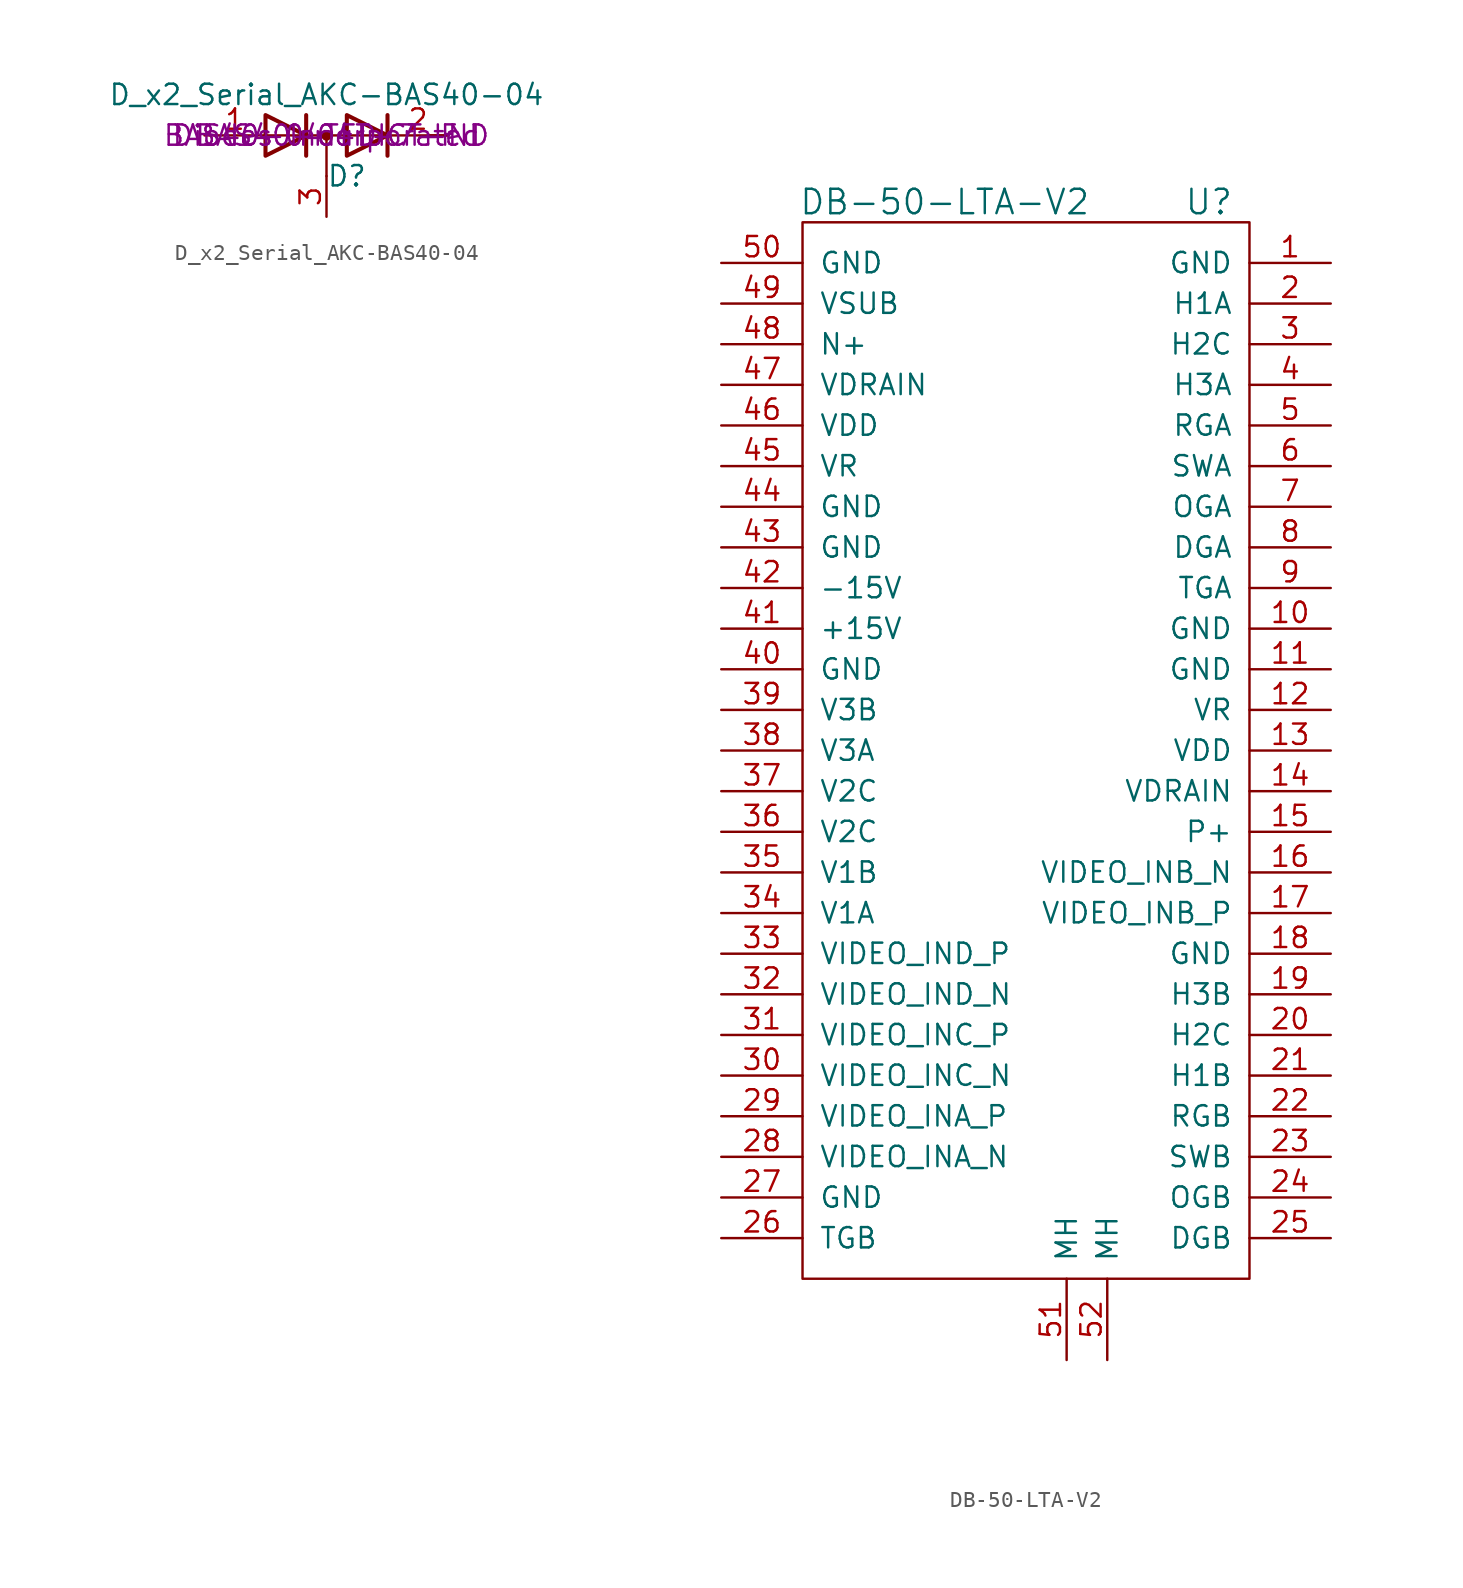
<source format=kicad_sym>
(kicad_symbol_lib
  (version 20211014)
  (generator kicad_symbol_editor)
  (symbol "D_x2_Serial_AKC-BAS40-04"
    (pin_names
      (offset 0.762) hide)
    (property "Reference" "D"
      (at 1.27 -2.54 0)
      (effects (font (size 1.27 1.27))))
    (property "Value" "D_x2_Serial_AKC-BAS40-04"
      (at 0 2.54 0)
      (effects (font (size 1.27 1.27))))
    (property "Digikey" "BAS40-04TFDICT-ND"
      (at 0 0 0)
      (effects (font (size 1.27 1.27))))
    (property "Manufacturer#" "BAS40-04T-7-F"
      (at 0 0 0)
      (effects (font (size 1.27 1.27))))
    (property "Manufacturer" "Diodes Incorporated"
      (at 0 0 0)
      (effects (font (size 1.27 1.27))))
    (symbol "D_x2_Serial_AKC-BAS40-04_0_1"
      (polyline (pts (xy -3.81 0) (xy 3.81 0)) (stroke (width 0) (type default) (color 0 0 0 0)) (fill (type none)))
      (polyline (pts (xy 0 0) (xy 0 -2.54)) (stroke (width 0) (type default) (color 0 0 0 0)) (fill (type none)))
      (polyline (pts (xy 6.35 0) (xy 7.62 0)) (stroke (width 0) (type default) (color 0 0 0 0)) (fill (type none)))
      (polyline (pts (xy -1.27 -1.27) (xy -1.27 1.27) (xy -1.27 1.27)) (stroke (width 0.254) (type default) (color 0 0 0 0)) (fill (type none)))
      (polyline (pts (xy 3.81 1.27) (xy 3.81 -1.27) (xy 3.81 -1.27)) (stroke (width 0.254) (type default) (color 0 0 0 0)) (fill (type none)))
      (polyline (pts (xy -3.81 1.27) (xy -1.27 0) (xy -3.81 -1.27) (xy -3.81 1.27) (xy -3.81 1.27) (xy -3.81 1.27)) (stroke (width 0.254) (type default) (color 0 0 0 0)) (fill (type none)))
      (polyline (pts (xy 1.27 1.27) (xy 3.81 0) (xy 1.27 -1.27) (xy 1.27 1.27) (xy 1.27 1.27) (xy 1.27 1.27)) (stroke (width 0.254) (type default) (color 0 0 0 0)) (fill (type none)))
      (circle (center 0 0) (radius 0.254) (stroke (width 0) (type default) (color 0 0 0 0)) (fill (type outline)))
      (pin passive line (at -7.62 0 0) (length 3.81) (name "A" (effects (font (size 1.27 1.27)))) (number "1" (effects (font (size 1.27 1.27)))))
      (pin passive line (at 7.62 0 180) (length 3.81) (name "K" (effects (font (size 1.27 1.27)))) (number "2" (effects (font (size 1.27 1.27)))))
      (pin passive line (at 0 -5.08 90) (length 2.54) (name "common" (effects (font (size 1.27 1.27)))) (number "3" (effects (font (size 1.27 1.27)))))))
  (symbol "DB-50-LTA-V2"
    (pin_names
      (offset 1.016))
    (property "Reference" "U"
      (at 11.43 31.75 0)
      (effects (font (size 1.524 1.524))))
    (property "Value" "DB-50-LTA-V2"
      (at -5.08 31.75 0)
      (effects (font (size 1.524 1.524))))
    (symbol "DB-50-LTA-V2_0_1"
      (rectangle (start -13.97 30.48) (end 13.97 -35.56) (stroke (width 0) (type default) (color 0 0 0 0)) (fill (type none))))
    (symbol "DB-50-LTA-V2_1_1"
      (pin bidirectional line (at 19.05 27.94 180) (length 5.08) (name "GND" (effects (font (size 1.27 1.27)))) (number "1" (effects (font (size 1.27 1.27)))))
      (pin bidirectional line (at 19.05 5.08 180) (length 5.08) (name "GND" (effects (font (size 1.27 1.27)))) (number "10" (effects (font (size 1.27 1.27)))))
      (pin bidirectional line (at 19.05 2.54 180) (length 5.08) (name "GND" (effects (font (size 1.27 1.27)))) (number "11" (effects (font (size 1.27 1.27)))))
      (pin bidirectional line (at 19.05 0 180) (length 5.08) (name "VR" (effects (font (size 1.27 1.27)))) (number "12" (effects (font (size 1.27 1.27)))))
      (pin bidirectional line (at 19.05 -2.54 180) (length 5.08) (name "VDD" (effects (font (size 1.27 1.27)))) (number "13" (effects (font (size 1.27 1.27)))))
      (pin bidirectional line (at 19.05 -5.08 180) (length 5.08) (name "VDRAIN" (effects (font (size 1.27 1.27)))) (number "14" (effects (font (size 1.27 1.27)))))
      (pin bidirectional line (at 19.05 -7.62 180) (length 5.08) (name "P+" (effects (font (size 1.27 1.27)))) (number "15" (effects (font (size 1.27 1.27)))))
      (pin bidirectional line (at 19.05 -10.16 180) (length 5.08) (name "VIDEO_INB_N" (effects (font (size 1.27 1.27)))) (number "16" (effects (font (size 1.27 1.27)))))
      (pin bidirectional line (at 19.05 -12.7 180) (length 5.08) (name "VIDEO_INB_P" (effects (font (size 1.27 1.27)))) (number "17" (effects (font (size 1.27 1.27)))))
      (pin bidirectional line (at 19.05 -15.24 180) (length 5.08) (name "GND" (effects (font (size 1.27 1.27)))) (number "18" (effects (font (size 1.27 1.27)))))
      (pin bidirectional line (at 19.05 -17.78 180) (length 5.08) (name "H3B" (effects (font (size 1.27 1.27)))) (number "19" (effects (font (size 1.27 1.27)))))
      (pin bidirectional line (at 19.05 25.4 180) (length 5.08) (name "H1A" (effects (font (size 1.27 1.27)))) (number "2" (effects (font (size 1.27 1.27)))))
      (pin bidirectional line (at 19.05 -20.32 180) (length 5.08) (name "H2C" (effects (font (size 1.27 1.27)))) (number "20" (effects (font (size 1.27 1.27)))))
      (pin bidirectional line (at 19.05 -22.86 180) (length 5.08) (name "H1B" (effects (font (size 1.27 1.27)))) (number "21" (effects (font (size 1.27 1.27)))))
      (pin bidirectional line (at 19.05 -25.4 180) (length 5.08) (name "RGB" (effects (font (size 1.27 1.27)))) (number "22" (effects (font (size 1.27 1.27)))))
      (pin bidirectional line (at 19.05 -27.94 180) (length 5.08) (name "SWB" (effects (font (size 1.27 1.27)))) (number "23" (effects (font (size 1.27 1.27)))))
      (pin bidirectional line (at 19.05 -30.48 180) (length 5.08) (name "OGB" (effects (font (size 1.27 1.27)))) (number "24" (effects (font (size 1.27 1.27)))))
      (pin bidirectional line (at 19.05 -33.02 180) (length 5.08) (name "DGB" (effects (font (size 1.27 1.27)))) (number "25" (effects (font (size 1.27 1.27)))))
      (pin bidirectional line (at -19.05 -33.02 0) (length 5.08) (name "TGB" (effects (font (size 1.27 1.27)))) (number "26" (effects (font (size 1.27 1.27)))))
      (pin bidirectional line (at -19.05 -30.48 0) (length 5.08) (name "GND" (effects (font (size 1.27 1.27)))) (number "27" (effects (font (size 1.27 1.27)))))
      (pin bidirectional line (at -19.05 -27.94 0) (length 5.08) (name "VIDEO_INA_N" (effects (font (size 1.27 1.27)))) (number "28" (effects (font (size 1.27 1.27)))))
      (pin bidirectional line (at -19.05 -25.4 0) (length 5.08) (name "VIDEO_INA_P" (effects (font (size 1.27 1.27)))) (number "29" (effects (font (size 1.27 1.27)))))
      (pin input line (at 19.05 22.86 180) (length 5.08) (name "H2C" (effects (font (size 1.27 1.27)))) (number "3" (effects (font (size 1.27 1.27)))))
      (pin bidirectional line (at -19.05 -22.86 0) (length 5.08) (name "VIDEO_INC_N" (effects (font (size 1.27 1.27)))) (number "30" (effects (font (size 1.27 1.27)))))
      (pin bidirectional line (at -19.05 -20.32 0) (length 5.08) (name "VIDEO_INC_P" (effects (font (size 1.27 1.27)))) (number "31" (effects (font (size 1.27 1.27)))))
      (pin bidirectional line (at -19.05 -17.78 0) (length 5.08) (name "VIDEO_IND_N" (effects (font (size 1.27 1.27)))) (number "32" (effects (font (size 1.27 1.27)))))
      (pin bidirectional line (at -19.05 -15.24 0) (length 5.08) (name "VIDEO_IND_P" (effects (font (size 1.27 1.27)))) (number "33" (effects (font (size 1.27 1.27)))))
      (pin bidirectional line (at -19.05 -12.7 0) (length 5.08) (name "V1A" (effects (font (size 1.27 1.27)))) (number "34" (effects (font (size 1.27 1.27)))))
      (pin bidirectional line (at -19.05 -10.16 0) (length 5.08) (name "V1B" (effects (font (size 1.27 1.27)))) (number "35" (effects (font (size 1.27 1.27)))))
      (pin bidirectional line (at -19.05 -7.62 0) (length 5.08) (name "V2C" (effects (font (size 1.27 1.27)))) (number "36" (effects (font (size 1.27 1.27)))))
      (pin bidirectional line (at -19.05 -5.08 0) (length 5.08) (name "V2C" (effects (font (size 1.27 1.27)))) (number "37" (effects (font (size 1.27 1.27)))))
      (pin bidirectional line (at -19.05 -2.54 0) (length 5.08) (name "V3A" (effects (font (size 1.27 1.27)))) (number "38" (effects (font (size 1.27 1.27)))))
      (pin bidirectional line (at -19.05 0 0) (length 5.08) (name "V3B" (effects (font (size 1.27 1.27)))) (number "39" (effects (font (size 1.27 1.27)))))
      (pin bidirectional line (at 19.05 20.32 180) (length 5.08) (name "H3A" (effects (font (size 1.27 1.27)))) (number "4" (effects (font (size 1.27 1.27)))))
      (pin bidirectional line (at -19.05 2.54 0) (length 5.08) (name "GND" (effects (font (size 1.27 1.27)))) (number "40" (effects (font (size 1.27 1.27)))))
      (pin bidirectional line (at -19.05 5.08 0) (length 5.08) (name "+15V" (effects (font (size 1.27 1.27)))) (number "41" (effects (font (size 1.27 1.27)))))
      (pin bidirectional line (at -19.05 7.62 0) (length 5.08) (name "-15V" (effects (font (size 1.27 1.27)))) (number "42" (effects (font (size 1.27 1.27)))))
      (pin bidirectional line (at -19.05 10.16 0) (length 5.08) (name "GND" (effects (font (size 1.27 1.27)))) (number "43" (effects (font (size 1.27 1.27)))))
      (pin bidirectional line (at -19.05 12.7 0) (length 5.08) (name "GND" (effects (font (size 1.27 1.27)))) (number "44" (effects (font (size 1.27 1.27)))))
      (pin bidirectional line (at -19.05 15.24 0) (length 5.08) (name "VR" (effects (font (size 1.27 1.27)))) (number "45" (effects (font (size 1.27 1.27)))))
      (pin bidirectional line (at -19.05 17.78 0) (length 5.08) (name "VDD" (effects (font (size 1.27 1.27)))) (number "46" (effects (font (size 1.27 1.27)))))
      (pin bidirectional line (at -19.05 20.32 0) (length 5.08) (name "VDRAIN" (effects (font (size 1.27 1.27)))) (number "47" (effects (font (size 1.27 1.27)))))
      (pin bidirectional line (at -19.05 22.86 0) (length 5.08) (name "N+" (effects (font (size 1.27 1.27)))) (number "48" (effects (font (size 1.27 1.27)))))
      (pin bidirectional line (at -19.05 25.4 0) (length 5.08) (name "VSUB" (effects (font (size 1.27 1.27)))) (number "49" (effects (font (size 1.27 1.27)))))
      (pin bidirectional line (at 19.05 17.78 180) (length 5.08) (name "RGA" (effects (font (size 1.27 1.27)))) (number "5" (effects (font (size 1.27 1.27)))))
      (pin bidirectional line (at -19.05 27.94 0) (length 5.08) (name "GND" (effects (font (size 1.27 1.27)))) (number "50" (effects (font (size 1.27 1.27)))))
      (pin bidirectional line (at 2.54 -40.64 90) (length 5.08) (name "MH" (effects (font (size 1.27 1.27)))) (number "51" (effects (font (size 1.27 1.27)))))
      (pin bidirectional line (at 5.08 -40.64 90) (length 5.08) (name "MH" (effects (font (size 1.27 1.27)))) (number "52" (effects (font (size 1.27 1.27)))))
      (pin bidirectional line (at 19.05 15.24 180) (length 5.08) (name "SWA" (effects (font (size 1.27 1.27)))) (number "6" (effects (font (size 1.27 1.27)))))
      (pin bidirectional line (at 19.05 12.7 180) (length 5.08) (name "OGA" (effects (font (size 1.27 1.27)))) (number "7" (effects (font (size 1.27 1.27)))))
      (pin bidirectional line (at 19.05 10.16 180) (length 5.08) (name "DGA" (effects (font (size 1.27 1.27)))) (number "8" (effects (font (size 1.27 1.27)))))
      (pin bidirectional line (at 19.05 7.62 180) (length 5.08) (name "TGA" (effects (font (size 1.27 1.27)))) (number "9" (effects (font (size 1.27 1.27))))))))
</source>
